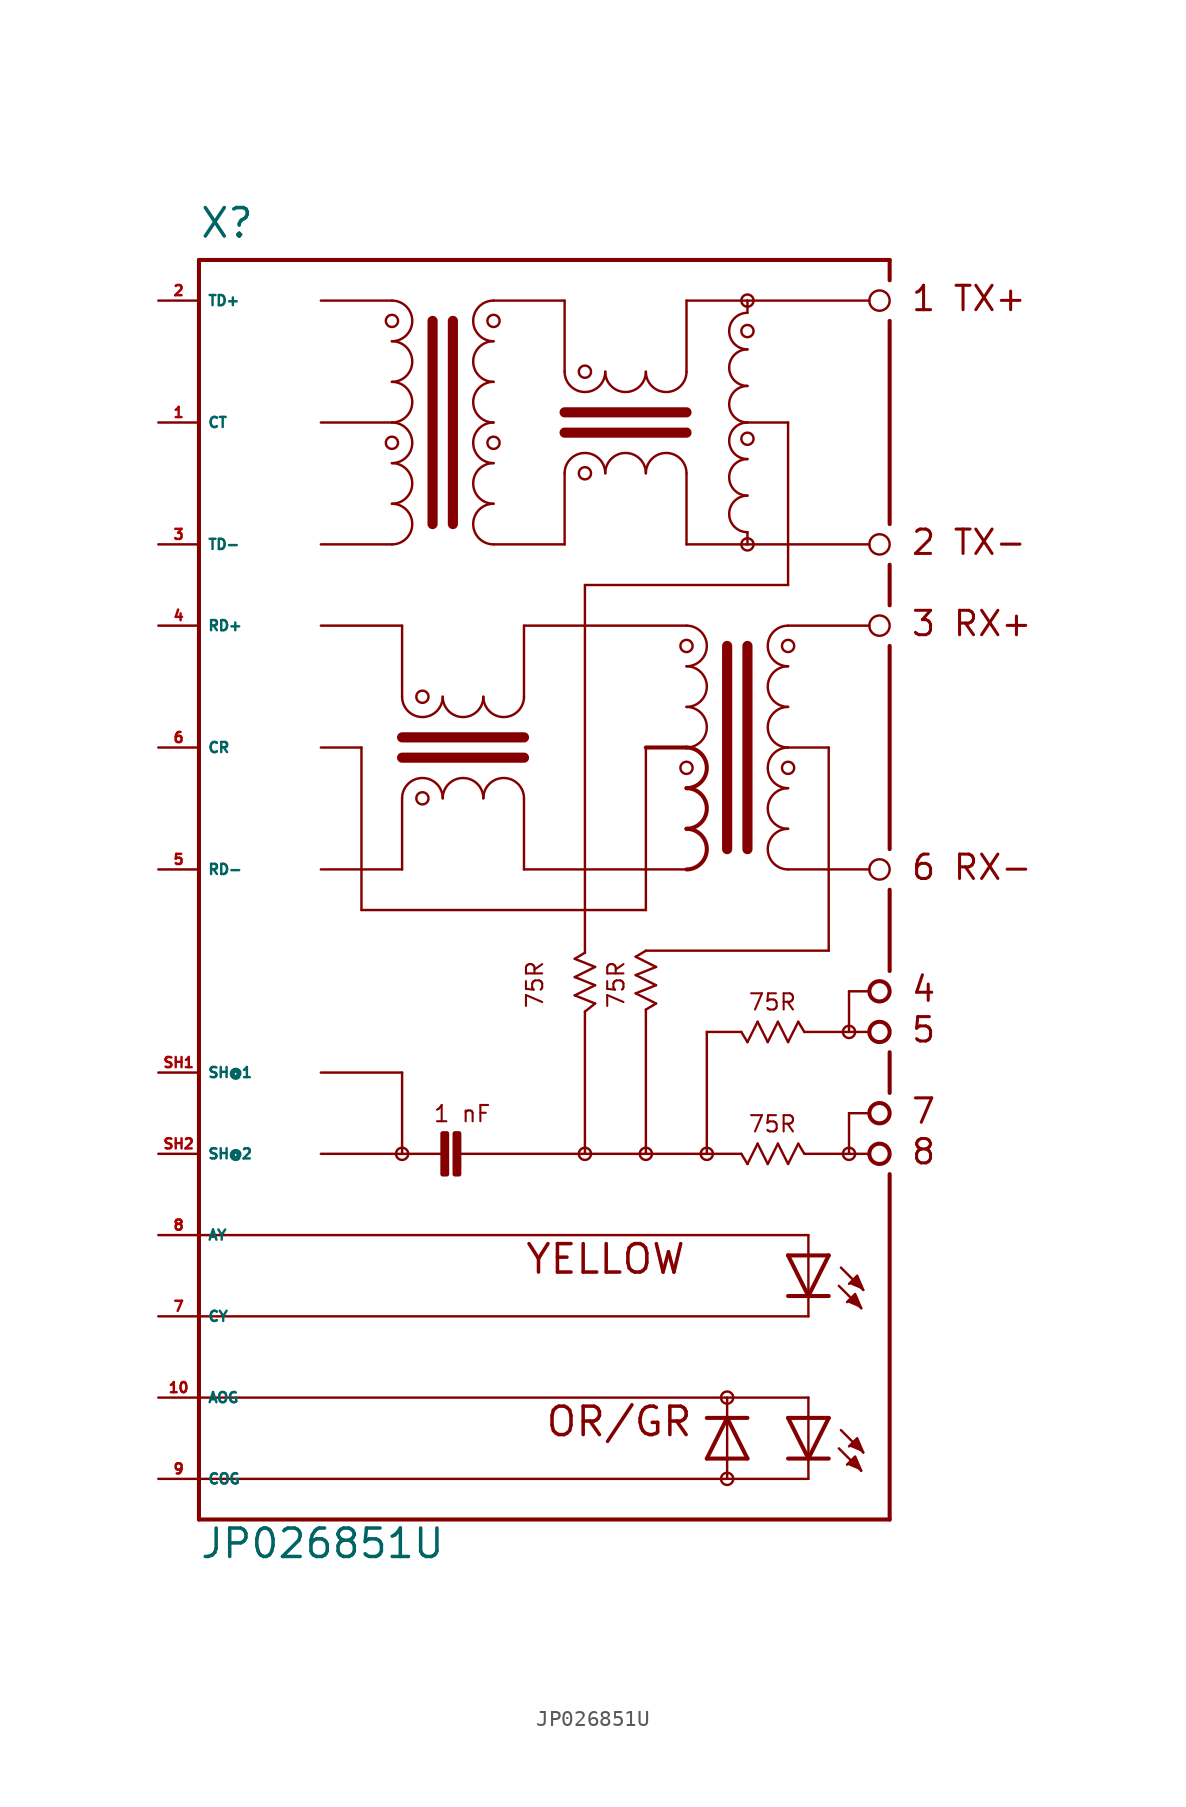
<source format=kicad_sym>
(kicad_symbol_lib
  (version 20220914)
  (generator Eagle2Kicad)
  (symbol "JP026851U"
    (property "Reference" "X"
      (at -20.32 21.59 0)
      (effects (font (size 1.778 1.778) (thickness 0.22)) (justify left bottom)))
    (property "Value" "JP026851U"
      (at -20.32 -60.96 0)
      (effects (font (size 1.778 1.778) (thickness 0.22)) (justify left bottom)))
    (polyline
      (pts (xy 21.209 -44.069) (xy 20.828 -43.18) (xy 20.32 -43.688))
      (stroke (width 0.152) (type default))
      (fill (type outline)))
    (polyline
      (pts (xy 21.082 -45.212) (xy 20.701 -44.323) (xy 20.193 -44.831))
      (stroke (width 0.152) (type default))
      (fill (type outline)))
    (polyline
      (pts (xy 21.209 -54.229) (xy 20.828 -53.34) (xy 20.32 -53.848))
      (stroke (width 0.152) (type default))
      (fill (type outline)))
    (polyline
      (pts (xy 21.082 -55.372) (xy 20.701 -54.483) (xy 20.193 -54.991))
      (stroke (width 0.152) (type default))
      (fill (type outline)))
    (polyline
      (pts (xy -12.7 2.54) (xy -8.255 2.54))
      (stroke (width 0.152) (type default))
      (fill (type none)))
    (polyline
      (pts (xy -12.7 10.16) (xy -8.255 10.16))
      (stroke (width 0.152) (type default))
      (fill (type none)))
    (polyline
      (pts (xy -12.7 17.78) (xy -8.255 17.78))
      (stroke (width 0.152) (type default))
      (fill (type none)))
    (arc
      (start -8.255 10.16)
      (mid -6.985 11.430)
      (end -8.255 12.7)
      (stroke (width 0.1524) (type default))
      (fill (type none)))
    (arc
      (start -8.255 12.7)
      (mid -6.985 13.970)
      (end -8.255 15.24)
      (stroke (width 0.1524) (type default))
      (fill (type none)))
    (arc
      (start -8.255 15.24)
      (mid -6.985 16.510)
      (end -8.255 17.78)
      (stroke (width 0.1524) (type default))
      (fill (type none)))
    (arc
      (start -8.255 7.62)
      (mid -6.985 8.890)
      (end -8.255 10.16)
      (stroke (width 0.1524) (type default))
      (fill (type none)))
    (arc
      (start -8.255 5.08)
      (mid -6.985 6.350)
      (end -8.255 7.62)
      (stroke (width 0.1524) (type default))
      (fill (type none)))
    (arc
      (start -8.255 2.54)
      (mid -6.985 3.810)
      (end -8.255 5.08)
      (stroke (width 0.1524) (type default))
      (fill (type none)))
    (polyline
      (pts (xy -5.715 16.51) (xy -5.715 3.81))
      (stroke (width 0.635) (type default))
      (fill (type none)))
    (polyline
      (pts (xy -4.445 16.51) (xy -4.445 3.81))
      (stroke (width 0.635) (type default))
      (fill (type none)))
    (arc
      (start -1.905 12.7)
      (mid -3.175 11.430)
      (end -1.905 10.16)
      (stroke (width 0.1524) (type default))
      (fill (type none)))
    (arc
      (start -1.905 15.24)
      (mid -3.175 13.970)
      (end -1.905 12.7)
      (stroke (width 0.1524) (type default))
      (fill (type none)))
    (arc
      (start -1.905 17.78)
      (mid -3.175 16.510)
      (end -1.905 15.24)
      (stroke (width 0.1524) (type default))
      (fill (type none)))
    (arc
      (start -1.905 10.16)
      (mid -3.175 8.890)
      (end -1.905 7.62)
      (stroke (width 0.1524) (type default))
      (fill (type none)))
    (arc
      (start -1.905 7.62)
      (mid -3.175 6.350)
      (end -1.905 5.08)
      (stroke (width 0.1524) (type default))
      (fill (type none)))
    (arc
      (start -1.905 5.08)
      (mid -3.175 3.810)
      (end -1.905 2.54)
      (stroke (width 0.1524) (type default))
      (fill (type none)))
    (arc
      (start 10.16 6.985)
      (mid 8.890 8.255)
      (end 7.62 6.985)
      (stroke (width 0.1524) (type default))
      (fill (type none)))
    (arc
      (start 7.62 6.985)
      (mid 6.350 8.255)
      (end 5.08 6.985)
      (stroke (width 0.1524) (type default))
      (fill (type none)))
    (arc
      (start 5.08 6.985)
      (mid 3.810 8.255)
      (end 2.54 6.985)
      (stroke (width 0.1524) (type default))
      (fill (type none)))
    (arc
      (start 7.62 13.335)
      (mid 8.890 12.065)
      (end 10.16 13.335)
      (stroke (width 0.1524) (type default))
      (fill (type none)))
    (arc
      (start 5.08 13.335)
      (mid 6.350 12.065)
      (end 7.62 13.335)
      (stroke (width 0.1524) (type default))
      (fill (type none)))
    (arc
      (start 2.54 13.335)
      (mid 3.810 12.065)
      (end 5.08 13.335)
      (stroke (width 0.1524) (type default))
      (fill (type none)))
    (polyline
      (pts (xy -1.905 17.78) (xy 2.54 17.78))
      (stroke (width 0.152) (type default))
      (fill (type none)))
    (polyline
      (pts (xy 2.54 17.78) (xy 2.54 13.335))
      (stroke (width 0.152) (type default))
      (fill (type none)))
    (polyline
      (pts (xy 2.54 2.54) (xy -1.905 2.54))
      (stroke (width 0.152) (type default))
      (fill (type none)))
    (polyline
      (pts (xy 2.54 2.54) (xy 2.54 6.985))
      (stroke (width 0.152) (type default))
      (fill (type none)))
    (polyline
      (pts (xy 10.16 13.335) (xy 10.16 17.78))
      (stroke (width 0.152) (type default))
      (fill (type none)))
    (polyline
      (pts (xy 10.16 17.78) (xy 13.97 17.78))
      (stroke (width 0.152) (type default))
      (fill (type none)))
    (polyline
      (pts (xy 13.97 17.78) (xy 21.59 17.78))
      (stroke (width 0.152) (type default))
      (fill (type none)))
    (polyline
      (pts (xy 10.16 6.985) (xy 10.16 2.54))
      (stroke (width 0.152) (type default))
      (fill (type none)))
    (polyline
      (pts (xy 10.16 2.54) (xy 13.97 2.54))
      (stroke (width 0.152) (type default))
      (fill (type none)))
    (polyline
      (pts (xy 13.97 2.54) (xy 21.59 2.54))
      (stroke (width 0.152) (type default))
      (fill (type none)))
    (polyline
      (pts (xy 2.54 9.525) (xy 10.16 9.525))
      (stroke (width 0.635) (type default))
      (fill (type none)))
    (polyline
      (pts (xy 2.54 10.795) (xy 10.16 10.795))
      (stroke (width 0.635) (type default))
      (fill (type none)))
    (polyline
      (pts (xy 21.59 -17.78) (xy 16.51 -17.78))
      (stroke (width 0.152) (type default))
      (fill (type none)))
    (polyline
      (pts (xy 19.05 -10.16) (xy 16.51 -10.16))
      (stroke (width 0.152) (type default))
      (fill (type none)))
    (polyline
      (pts (xy 21.59 -2.54) (xy 16.51 -2.54))
      (stroke (width 0.152) (type default))
      (fill (type none)))
    (arc
      (start 16.51 -7.62)
      (mid 15.240 -8.890)
      (end 16.51 -10.16)
      (stroke (width 0.1524) (type default))
      (fill (type none)))
    (arc
      (start 16.51 -5.08)
      (mid 15.240 -6.350)
      (end 16.51 -7.62)
      (stroke (width 0.1524) (type default))
      (fill (type none)))
    (arc
      (start 16.51 -2.54)
      (mid 15.240 -3.810)
      (end 16.51 -5.08)
      (stroke (width 0.1524) (type default))
      (fill (type none)))
    (arc
      (start 16.51 -10.16)
      (mid 15.240 -11.430)
      (end 16.51 -12.7)
      (stroke (width 0.1524) (type default))
      (fill (type none)))
    (arc
      (start 16.51 -12.7)
      (mid 15.240 -13.970)
      (end 16.51 -15.24)
      (stroke (width 0.1524) (type default))
      (fill (type none)))
    (arc
      (start 16.51 -15.24)
      (mid 15.240 -16.510)
      (end 16.51 -17.78)
      (stroke (width 0.1524) (type default))
      (fill (type none)))
    (polyline
      (pts (xy 13.97 -3.81) (xy 13.97 -16.51))
      (stroke (width 0.635) (type default))
      (fill (type none)))
    (polyline
      (pts (xy 12.7 -3.81) (xy 12.7 -16.51))
      (stroke (width 0.635) (type default))
      (fill (type none)))
    (arc
      (start 10.16 -10.16)
      (mid 11.430 -8.890)
      (end 10.16 -7.62)
      (stroke (width 0.1524) (type default))
      (fill (type none)))
    (arc
      (start 10.16 -7.62)
      (mid 11.430 -6.350)
      (end 10.16 -5.08)
      (stroke (width 0.1524) (type default))
      (fill (type none)))
    (arc
      (start 10.16 -5.08)
      (mid 11.430 -3.810)
      (end 10.16 -2.54)
      (stroke (width 0.1524) (type default))
      (fill (type none)))
    (arc
      (start 10.16 -12.7)
      (mid 11.430 -11.430)
      (end 10.16 -10.16)
      (stroke (width 0.254) (type default))
      (fill (type none)))
    (arc
      (start 10.16 -15.24)
      (mid 11.430 -13.970)
      (end 10.16 -12.7)
      (stroke (width 0.254) (type default))
      (fill (type none)))
    (arc
      (start 10.16 -17.78)
      (mid 11.430 -16.510)
      (end 10.16 -15.24)
      (stroke (width 0.254) (type default))
      (fill (type none)))
    (arc
      (start -5.08 -13.335)
      (mid -6.350 -12.065)
      (end -7.62 -13.335)
      (stroke (width 0.1524) (type default))
      (fill (type none)))
    (arc
      (start -2.54 -13.335)
      (mid -3.810 -12.065)
      (end -5.08 -13.335)
      (stroke (width 0.1524) (type default))
      (fill (type none)))
    (arc
      (start 0 -13.335)
      (mid -1.270 -12.065)
      (end -2.54 -13.335)
      (stroke (width 0.1524) (type default))
      (fill (type none)))
    (arc
      (start -7.62 -6.985)
      (mid -6.350 -8.255)
      (end -5.08 -6.985)
      (stroke (width 0.1524) (type default))
      (fill (type none)))
    (arc
      (start -5.08 -6.985)
      (mid -3.810 -8.255)
      (end -2.54 -6.985)
      (stroke (width 0.1524) (type default))
      (fill (type none)))
    (arc
      (start -2.54 -6.985)
      (mid -1.270 -8.255)
      (end 0 -6.985)
      (stroke (width 0.1524) (type default))
      (fill (type none)))
    (polyline
      (pts (xy 10.16 -2.54) (xy 0 -2.54))
      (stroke (width 0.152) (type default))
      (fill (type none)))
    (polyline
      (pts (xy 0 -2.54) (xy 0 -6.985))
      (stroke (width 0.152) (type default))
      (fill (type none)))
    (polyline
      (pts (xy 0 -17.78) (xy 10.16 -17.78))
      (stroke (width 0.152) (type default))
      (fill (type none)))
    (polyline
      (pts (xy 0 -17.78) (xy 0 -13.335))
      (stroke (width 0.152) (type default))
      (fill (type none)))
    (polyline
      (pts (xy -7.62 -6.985) (xy -7.62 -2.54))
      (stroke (width 0.152) (type default))
      (fill (type none)))
    (polyline
      (pts (xy -7.62 -2.54) (xy -12.7 -2.54))
      (stroke (width 0.152) (type default))
      (fill (type none)))
    (polyline
      (pts (xy -7.62 -13.335) (xy -7.62 -17.78))
      (stroke (width 0.152) (type default))
      (fill (type none)))
    (polyline
      (pts (xy -7.62 -17.78) (xy -12.7 -17.78))
      (stroke (width 0.152) (type default))
      (fill (type none)))
    (polyline
      (pts (xy 0 -10.795) (xy -7.62 -10.795))
      (stroke (width 0.635) (type default))
      (fill (type none)))
    (polyline
      (pts (xy 0 -9.525) (xy -7.62 -9.525))
      (stroke (width 0.635) (type default))
      (fill (type none)))
    (polyline
      (pts (xy 21.59 -25.4) (xy 20.32 -25.4))
      (stroke (width 0.152) (type default))
      (fill (type none)))
    (polyline
      (pts (xy 20.32 -25.4) (xy 20.32 -27.94))
      (stroke (width 0.152) (type default))
      (fill (type none)))
    (polyline
      (pts (xy 20.32 -27.94) (xy 21.59 -27.94))
      (stroke (width 0.152) (type default))
      (fill (type none)))
    (polyline
      (pts (xy 21.59 -33.02) (xy 20.32 -33.02))
      (stroke (width 0.152) (type default))
      (fill (type none)))
    (polyline
      (pts (xy 20.32 -33.02) (xy 20.32 -35.56))
      (stroke (width 0.152) (type default))
      (fill (type none)))
    (polyline
      (pts (xy 20.32 -35.56) (xy 21.59 -35.56))
      (stroke (width 0.152) (type default))
      (fill (type none)))
    (polyline
      (pts (xy 20.32 -27.94) (xy 17.526 -27.94))
      (stroke (width 0.152) (type default))
      (fill (type none)))
    (polyline
      (pts (xy 17.526 -35.56) (xy 20.32 -35.56))
      (stroke (width 0.152) (type default))
      (fill (type none)))
    (polyline
      (pts (xy -20.32 20.32) (xy -20.32 -45.72))
      (stroke (width 0.254) (type default))
      (fill (type none)))
    (polyline
      (pts (xy -20.32 -45.72) (xy -20.32 -55.88))
      (stroke (width 0.254) (type default))
      (fill (type none)))
    (polyline
      (pts (xy -20.32 -55.88) (xy -20.32 -58.42))
      (stroke (width 0.254) (type default))
      (fill (type none)))
    (polyline
      (pts (xy -20.32 -58.42) (xy 22.86 -58.42))
      (stroke (width 0.254) (type default))
      (fill (type none)))
    (polyline
      (pts (xy -20.32 20.32) (xy 22.86 20.32))
      (stroke (width 0.254) (type default))
      (fill (type none)))
    (polyline
      (pts (xy 22.86 20.32) (xy 22.86 19.05))
      (stroke (width 0.254) (type default))
      (fill (type none)))
    (polyline
      (pts (xy 22.86 -58.42) (xy 22.86 -36.83))
      (stroke (width 0.254) (type default))
      (fill (type none)))
    (polyline
      (pts (xy 22.86 -31.75) (xy 22.86 -29.21))
      (stroke (width 0.254) (type default))
      (fill (type none)))
    (polyline
      (pts (xy 22.86 -24.13) (xy 22.86 -19.05))
      (stroke (width 0.254) (type default))
      (fill (type none)))
    (polyline
      (pts (xy 22.86 -16.51) (xy 22.86 -3.81))
      (stroke (width 0.254) (type default))
      (fill (type none)))
    (polyline
      (pts (xy 22.86 -1.27) (xy 22.86 1.27))
      (stroke (width 0.254) (type default))
      (fill (type none)))
    (polyline
      (pts (xy 22.86 3.81) (xy 22.86 16.51))
      (stroke (width 0.254) (type default))
      (fill (type none)))
    (polyline
      (pts (xy 3.81 0) (xy 3.81 -22.987))
      (stroke (width 0.152) (type default))
      (fill (type none)))
    (polyline
      (pts (xy 19.05 -10.16) (xy 19.05 -22.86))
      (stroke (width 0.152) (type default))
      (fill (type none)))
    (polyline
      (pts (xy 19.05 -22.86) (xy 7.62 -22.86))
      (stroke (width 0.152) (type default))
      (fill (type none)))
    (polyline
      (pts (xy 7.62 -22.86) (xy 6.985 -23.241))
      (stroke (width 0.152) (type default))
      (fill (type none)))
    (polyline
      (pts (xy 6.985 -23.241) (xy 8.255 -23.876))
      (stroke (width 0.152) (type default))
      (fill (type none)))
    (polyline
      (pts (xy 8.255 -23.876) (xy 6.985 -24.384))
      (stroke (width 0.152) (type default))
      (fill (type none)))
    (polyline
      (pts (xy 6.985 -24.384) (xy 8.255 -25.019))
      (stroke (width 0.152) (type default))
      (fill (type none)))
    (polyline
      (pts (xy 8.255 -25.019) (xy 6.985 -25.527))
      (stroke (width 0.152) (type default))
      (fill (type none)))
    (polyline
      (pts (xy 6.985 -25.527) (xy 8.255 -26.162))
      (stroke (width 0.152) (type default))
      (fill (type none)))
    (polyline
      (pts (xy 8.255 -26.162) (xy 7.62 -26.543))
      (stroke (width 0.152) (type default))
      (fill (type none)))
    (polyline
      (pts (xy 3.81 -22.987) (xy 3.175 -23.368))
      (stroke (width 0.152) (type default))
      (fill (type none)))
    (polyline
      (pts (xy 3.175 -23.368) (xy 4.445 -23.876))
      (stroke (width 0.152) (type default))
      (fill (type none)))
    (polyline
      (pts (xy 4.445 -23.876) (xy 3.175 -24.511))
      (stroke (width 0.152) (type default))
      (fill (type none)))
    (polyline
      (pts (xy 3.175 -24.511) (xy 4.445 -25.019))
      (stroke (width 0.152) (type default))
      (fill (type none)))
    (polyline
      (pts (xy 4.445 -25.019) (xy 3.175 -25.654))
      (stroke (width 0.152) (type default))
      (fill (type none)))
    (polyline
      (pts (xy 3.175 -25.654) (xy 4.445 -26.162))
      (stroke (width 0.152) (type default))
      (fill (type none)))
    (polyline
      (pts (xy 4.445 -26.162) (xy 3.81 -26.67))
      (stroke (width 0.152) (type default))
      (fill (type none)))
    (polyline
      (pts (xy 13.589 -27.94) (xy 13.97 -28.575))
      (stroke (width 0.152) (type default))
      (fill (type none)))
    (polyline
      (pts (xy 13.97 -28.575) (xy 14.605 -27.305))
      (stroke (width 0.152) (type default))
      (fill (type none)))
    (polyline
      (pts (xy 14.605 -27.305) (xy 15.24 -28.575))
      (stroke (width 0.152) (type default))
      (fill (type none)))
    (polyline
      (pts (xy 15.24 -28.575) (xy 15.875 -27.305))
      (stroke (width 0.152) (type default))
      (fill (type none)))
    (polyline
      (pts (xy 15.875 -27.305) (xy 16.51 -28.575))
      (stroke (width 0.152) (type default))
      (fill (type none)))
    (polyline
      (pts (xy 16.51 -28.575) (xy 17.145 -27.305))
      (stroke (width 0.152) (type default))
      (fill (type none)))
    (polyline
      (pts (xy 17.145 -27.305) (xy 17.526 -27.94))
      (stroke (width 0.152) (type default))
      (fill (type none)))
    (polyline
      (pts (xy 13.589 -35.56) (xy 13.97 -36.195))
      (stroke (width 0.152) (type default))
      (fill (type none)))
    (polyline
      (pts (xy 13.97 -36.195) (xy 14.605 -34.925))
      (stroke (width 0.152) (type default))
      (fill (type none)))
    (polyline
      (pts (xy 14.605 -34.925) (xy 15.24 -36.195))
      (stroke (width 0.152) (type default))
      (fill (type none)))
    (polyline
      (pts (xy 15.24 -36.195) (xy 15.875 -34.925))
      (stroke (width 0.152) (type default))
      (fill (type none)))
    (polyline
      (pts (xy 15.875 -34.925) (xy 16.51 -36.195))
      (stroke (width 0.152) (type default))
      (fill (type none)))
    (polyline
      (pts (xy 16.51 -36.195) (xy 17.145 -34.925))
      (stroke (width 0.152) (type default))
      (fill (type none)))
    (polyline
      (pts (xy 17.145 -34.925) (xy 17.526 -35.56))
      (stroke (width 0.152) (type default))
      (fill (type none)))
    (polyline
      (pts (xy -12.7 -35.56) (xy -7.62 -35.56))
      (stroke (width 0.152) (type default))
      (fill (type none)))
    (polyline
      (pts (xy -7.62 -35.56) (xy -5.08 -35.56))
      (stroke (width 0.152) (type default))
      (fill (type none)))
    (polyline
      (pts (xy -4.064 -35.56) (xy 3.81 -35.56))
      (stroke (width 0.152) (type default))
      (fill (type none)))
    (polyline
      (pts (xy 3.81 -35.56) (xy 7.62 -35.56))
      (stroke (width 0.152) (type default))
      (fill (type none)))
    (polyline
      (pts (xy 7.62 -35.56) (xy 11.43 -35.56))
      (stroke (width 0.152) (type default))
      (fill (type none)))
    (polyline
      (pts (xy 11.43 -35.56) (xy 13.589 -35.56))
      (stroke (width 0.152) (type default))
      (fill (type none)))
    (polyline
      (pts (xy 13.589 -27.94) (xy 11.43 -27.94))
      (stroke (width 0.152) (type default))
      (fill (type none)))
    (polyline
      (pts (xy 11.43 -27.94) (xy 11.43 -35.56))
      (stroke (width 0.152) (type default))
      (fill (type none)))
    (polyline
      (pts (xy 3.81 -26.67) (xy 3.81 -35.56))
      (stroke (width 0.152) (type default))
      (fill (type none)))
    (polyline
      (pts (xy 7.62 -26.543) (xy 7.62 -35.56))
      (stroke (width 0.152) (type default))
      (fill (type none)))
    (polyline
      (pts (xy -12.7 -10.16) (xy -10.16 -10.16))
      (stroke (width 0.152) (type default))
      (fill (type none)))
    (polyline
      (pts (xy -10.16 -10.16) (xy -10.16 -20.32))
      (stroke (width 0.152) (type default))
      (fill (type none)))
    (polyline
      (pts (xy -10.16 -20.32) (xy 7.62 -20.32))
      (stroke (width 0.152) (type default))
      (fill (type none)))
    (polyline
      (pts (xy 7.62 -20.32) (xy 7.62 -10.16))
      (stroke (width 0.152) (type default))
      (fill (type none)))
    (polyline
      (pts (xy 7.62 -10.16) (xy 10.16 -10.16))
      (stroke (width 0.254) (type default))
      (fill (type none)))
    (polyline
      (pts (xy -12.7 -30.48) (xy -7.62 -30.48))
      (stroke (width 0.152) (type default))
      (fill (type none)))
    (polyline
      (pts (xy -7.62 -30.48) (xy -7.62 -35.56))
      (stroke (width 0.152) (type default))
      (fill (type none)))
    (arc
      (start 13.97 12.446)
      (mid 12.827 11.303)
      (end 13.97 10.16)
      (stroke (width 0.1524) (type default))
      (fill (type none)))
    (arc
      (start 13.97 14.732)
      (mid 12.827 13.589)
      (end 13.97 12.446)
      (stroke (width 0.1524) (type default))
      (fill (type none)))
    (arc
      (start 13.97 10.16)
      (mid 12.827 9.017)
      (end 13.97 7.874)
      (stroke (width 0.1524) (type default))
      (fill (type none)))
    (arc
      (start 13.97 7.874)
      (mid 12.827 6.731)
      (end 13.97 5.588)
      (stroke (width 0.1524) (type default))
      (fill (type none)))
    (arc
      (start 13.97 5.588)
      (mid 12.827 4.445)
      (end 13.97 3.302)
      (stroke (width 0.1524) (type default))
      (fill (type none)))
    (arc
      (start 13.97 17.018)
      (mid 12.827 15.875)
      (end 13.97 14.732)
      (stroke (width 0.1524) (type default))
      (fill (type none)))
    (polyline
      (pts (xy 13.97 17.78) (xy 13.97 17.018))
      (stroke (width 0.152) (type default))
      (fill (type none)))
    (polyline
      (pts (xy 13.97 2.54) (xy 13.97 3.302))
      (stroke (width 0.152) (type default))
      (fill (type none)))
    (polyline
      (pts (xy 3.81 0) (xy 16.51 0))
      (stroke (width 0.152) (type default))
      (fill (type none)))
    (polyline
      (pts (xy 16.51 0) (xy 16.51 10.16))
      (stroke (width 0.152) (type default))
      (fill (type none)))
    (polyline
      (pts (xy 16.51 10.16) (xy 13.97 10.16))
      (stroke (width 0.152) (type default))
      (fill (type none)))
    (polyline
      (pts (xy 19.05 -41.91) (xy 17.78 -44.45))
      (stroke (width 0.254) (type default))
      (fill (type none)))
    (polyline
      (pts (xy 17.78 -44.45) (xy 16.51 -41.91))
      (stroke (width 0.254) (type default))
      (fill (type none)))
    (polyline
      (pts (xy 19.05 -44.45) (xy 17.78 -44.45))
      (stroke (width 0.254) (type default))
      (fill (type none)))
    (polyline
      (pts (xy 17.78 -44.45) (xy 16.51 -44.45))
      (stroke (width 0.254) (type default))
      (fill (type none)))
    (polyline
      (pts (xy 19.05 -41.91) (xy 17.78 -41.91))
      (stroke (width 0.254) (type default))
      (fill (type none)))
    (polyline
      (pts (xy 17.78 -41.91) (xy 16.51 -41.91))
      (stroke (width 0.254) (type default))
      (fill (type none)))
    (polyline
      (pts (xy 17.78 -41.91) (xy 17.78 -44.45))
      (stroke (width 0.152) (type default))
      (fill (type none)))
    (polyline
      (pts (xy 19.812 -42.672) (xy 21.209 -44.069))
      (stroke (width 0.152) (type default))
      (fill (type none)))
    (polyline
      (pts (xy 19.685 -43.815) (xy 21.082 -45.212))
      (stroke (width 0.152) (type default))
      (fill (type none)))
    (polyline
      (pts (xy 17.78 -45.72) (xy 17.78 -44.45))
      (stroke (width 0.152) (type default))
      (fill (type none)))
    (polyline
      (pts (xy -20.32 -40.64) (xy 17.78 -40.64))
      (stroke (width 0.152) (type default))
      (fill (type none)))
    (polyline
      (pts (xy 17.78 -40.64) (xy 17.78 -41.91))
      (stroke (width 0.152) (type default))
      (fill (type none)))
    (polyline
      (pts (xy -20.32 -45.72) (xy 17.78 -45.72))
      (stroke (width 0.152) (type default))
      (fill (type none)))
    (polyline
      (pts (xy 19.05 -52.07) (xy 17.78 -54.61))
      (stroke (width 0.254) (type default))
      (fill (type none)))
    (polyline
      (pts (xy 17.78 -54.61) (xy 16.51 -52.07))
      (stroke (width 0.254) (type default))
      (fill (type none)))
    (polyline
      (pts (xy 19.05 -54.61) (xy 17.78 -54.61))
      (stroke (width 0.254) (type default))
      (fill (type none)))
    (polyline
      (pts (xy 17.78 -54.61) (xy 16.51 -54.61))
      (stroke (width 0.254) (type default))
      (fill (type none)))
    (polyline
      (pts (xy 19.05 -52.07) (xy 17.78 -52.07))
      (stroke (width 0.254) (type default))
      (fill (type none)))
    (polyline
      (pts (xy 17.78 -52.07) (xy 16.51 -52.07))
      (stroke (width 0.254) (type default))
      (fill (type none)))
    (polyline
      (pts (xy 17.78 -52.07) (xy 17.78 -54.61))
      (stroke (width 0.152) (type default))
      (fill (type none)))
    (polyline
      (pts (xy 19.812 -52.832) (xy 21.209 -54.229))
      (stroke (width 0.152) (type default))
      (fill (type none)))
    (polyline
      (pts (xy 19.685 -53.975) (xy 21.082 -55.372))
      (stroke (width 0.152) (type default))
      (fill (type none)))
    (polyline
      (pts (xy 17.78 -55.88) (xy 17.78 -54.61))
      (stroke (width 0.152) (type default))
      (fill (type none)))
    (polyline
      (pts (xy -20.32 -50.8) (xy 17.78 -50.8))
      (stroke (width 0.152) (type default))
      (fill (type none)))
    (polyline
      (pts (xy 17.78 -50.8) (xy 17.78 -52.07))
      (stroke (width 0.152) (type default))
      (fill (type none)))
    (polyline
      (pts (xy -20.32 -55.88) (xy 17.78 -55.88))
      (stroke (width 0.152) (type default))
      (fill (type none)))
    (polyline
      (pts (xy 11.43 -54.61) (xy 12.7 -52.07))
      (stroke (width 0.254) (type default))
      (fill (type none)))
    (polyline
      (pts (xy 12.7 -52.07) (xy 13.97 -54.61))
      (stroke (width 0.254) (type default))
      (fill (type none)))
    (polyline
      (pts (xy 11.43 -52.07) (xy 12.7 -52.07))
      (stroke (width 0.254) (type default))
      (fill (type none)))
    (polyline
      (pts (xy 12.7 -52.07) (xy 13.97 -52.07))
      (stroke (width 0.254) (type default))
      (fill (type none)))
    (polyline
      (pts (xy 11.43 -54.61) (xy 12.7 -54.61))
      (stroke (width 0.254) (type default))
      (fill (type none)))
    (polyline
      (pts (xy 12.7 -54.61) (xy 13.97 -54.61))
      (stroke (width 0.254) (type default))
      (fill (type none)))
    (polyline
      (pts (xy 12.7 -54.61) (xy 12.7 -52.07))
      (stroke (width 0.152) (type default))
      (fill (type none)))
    (polyline
      (pts (xy 12.7 -50.8) (xy 12.7 -52.07))
      (stroke (width 0.152) (type default))
      (fill (type none)))
    (polyline
      (pts (xy 12.7 -55.88) (xy 12.7 -54.61))
      (stroke (width 0.152) (type default))
      (fill (type none)))
    (text "1 TX+"
      (at 24.13 17.018 0)
      (effects (font (size 1.524 1.524) (thickness 0.19)) (justify left bottom)))
    (text "2 TX-"
      (at 24.13 1.778 0)
      (effects (font (size 1.524 1.524) (thickness 0.19)) (justify left bottom)))
    (text "3 RX+"
      (at 24.13 -3.302 0)
      (effects (font (size 1.524 1.524) (thickness 0.19)) (justify left bottom)))
    (text "6 RX-"
      (at 24.13 -18.542 0)
      (effects (font (size 1.524 1.524) (thickness 0.19)) (justify left bottom)))
    (text "4"
      (at 24.13 -26.162 0)
      (effects (font (size 1.524 1.524) (thickness 0.19)) (justify left bottom)))
    (text "5"
      (at 24.13 -28.702 0)
      (effects (font (size 1.524 1.524) (thickness 0.19)) (justify left bottom)))
    (text "7"
      (at 24.13 -33.782 0)
      (effects (font (size 1.524 1.524) (thickness 0.19)) (justify left bottom)))
    (text "8"
      (at 24.13 -36.322 0)
      (effects (font (size 1.524 1.524) (thickness 0.19)) (justify left bottom)))
    (text "75R"
      (at 6.35 -26.543 900)
      (effects (font (size 1.016 1.016) (thickness 0.13)) (justify left bottom)))
    (text "75R"
      (at 1.27 -26.543 900)
      (effects (font (size 1.016 1.016) (thickness 0.13)) (justify left bottom mirror)))
    (text "75R"
      (at 13.97 -26.67 0)
      (effects (font (size 1.016 1.016) (thickness 0.13)) (justify left bottom mirror)))
    (text "75R"
      (at 13.97 -34.29 0)
      (effects (font (size 1.016 1.016) (thickness 0.13)) (justify left bottom)))
    (text "1 nF"
      (at -5.715 -33.655 0)
      (effects (font (size 1.016 1.016) (thickness 0.13)) (justify left bottom)))
    (text "YELLOW"
      (at 0 -43.18 0)
      (effects (font (size 1.778 1.778) (thickness 0.22)) (justify left bottom)))
    (text "OR/GR"
      (at 1.27 -53.34 0)
      (effects (font (size 1.778 1.778) (thickness 0.22)) (justify left bottom)))
    (circle
      (center -8.255 16.51)
      (radius 0.381)
      (stroke (width 0) (type default))
      (fill (type none)))
    (circle
      (center -8.255 8.89)
      (radius 0.381)
      (stroke (width 0) (type default))
      (fill (type none)))
    (circle
      (center -1.905 16.51)
      (radius 0.381)
      (stroke (width 0) (type default))
      (fill (type none)))
    (circle
      (center -1.905 8.89)
      (radius 0.381)
      (stroke (width 0) (type default))
      (fill (type none)))
    (circle
      (center 3.81 6.985)
      (radius 0.381)
      (stroke (width 0) (type default))
      (fill (type none)))
    (circle
      (center 3.81 13.335)
      (radius 0.381)
      (stroke (width 0) (type default))
      (fill (type none)))
    (circle
      (center 16.51 -3.81)
      (radius 0.381)
      (stroke (width 0) (type default))
      (fill (type none)))
    (circle
      (center 16.51 -11.43)
      (radius 0.381)
      (stroke (width 0) (type default))
      (fill (type none)))
    (circle
      (center 10.16 -3.81)
      (radius 0.381)
      (stroke (width 0) (type default))
      (fill (type none)))
    (circle
      (center 10.16 -11.43)
      (radius 0.381)
      (stroke (width 0) (type default))
      (fill (type none)))
    (circle
      (center -6.35 -13.335)
      (radius 0.381)
      (stroke (width 0) (type default))
      (fill (type none)))
    (circle
      (center -6.35 -6.985)
      (radius 0.381)
      (stroke (width 0) (type default))
      (fill (type none)))
    (circle
      (center 22.225 17.78)
      (radius 0.635)
      (stroke (width 0.152) (type default))
      (fill (type none)))
    (circle
      (center 22.225 2.54)
      (radius 0.635)
      (stroke (width 0.152) (type default))
      (fill (type none)))
    (circle
      (center 22.225 -2.54)
      (radius 0.635)
      (stroke (width 0.152) (type default))
      (fill (type none)))
    (circle
      (center 22.225 -17.78)
      (radius 0.635)
      (stroke (width 0.152) (type default))
      (fill (type none)))
    (circle
      (center 22.225 -25.4)
      (radius 0.635)
      (stroke (width 0.254) (type default))
      (fill (type none)))
    (circle
      (center 22.225 -27.94)
      (radius 0.635)
      (stroke (width 0.254) (type default))
      (fill (type none)))
    (circle
      (center 22.225 -33.02)
      (radius 0.635)
      (stroke (width 0.254) (type default))
      (fill (type none)))
    (circle
      (center 22.225 -35.56)
      (radius 0.635)
      (stroke (width 0.254) (type default))
      (fill (type none)))
    (circle
      (center 7.62 -35.56)
      (radius 0.381)
      (stroke (width 0) (type default))
      (fill (type none)))
    (circle
      (center 3.81 -35.56)
      (radius 0.381)
      (stroke (width 0) (type default))
      (fill (type none)))
    (circle
      (center 11.43 -35.56)
      (radius 0.381)
      (stroke (width 0) (type default))
      (fill (type none)))
    (circle
      (center 20.32 -35.56)
      (radius 0.381)
      (stroke (width 0) (type default))
      (fill (type none)))
    (circle
      (center 20.32 -27.94)
      (radius 0.381)
      (stroke (width 0) (type default))
      (fill (type none)))
    (circle
      (center -7.62 -35.56)
      (radius 0.381)
      (stroke (width 0) (type default))
      (fill (type none)))
    (circle
      (center 13.97 15.875)
      (radius 0.381)
      (stroke (width 0) (type default))
      (fill (type none)))
    (circle
      (center 13.97 9.144)
      (radius 0.381)
      (stroke (width 0) (type default))
      (fill (type none)))
    (circle
      (center 13.97 17.78)
      (radius 0.381)
      (stroke (width 0) (type default))
      (fill (type none)))
    (circle
      (center 13.97 2.54)
      (radius 0.381)
      (stroke (width 0) (type default))
      (fill (type none)))
    (circle
      (center 12.7 -50.8)
      (radius 0.381)
      (stroke (width 0) (type default))
      (fill (type none)))
    (circle
      (center 12.7 -55.88)
      (radius 0.381)
      (stroke (width 0) (type default))
      (fill (type none)))
    (rectangle
      (start -5.08 -36.83)
      (end -4.826 -34.29)
      (stroke (width 0.3) (type default))
      (fill (type outline)))
    (rectangle
      (start -4.318 -36.83)
      (end -4.064 -34.29)
      (stroke (width 0.3) (type default))
      (fill (type outline)))
    (pin input line
      (at -22.86 17.78 0)
      (length 2.54)
      (name "TD+" (effects (font (size 0.635 0.635) (thickness 0.08)) (justify left bottom)))
      (number "2" (effects (font (size 0.635 0.635) (thickness 0.08)) (justify left bottom))))
    (pin input line
      (at -22.86 10.16 0)
      (length 2.54)
      (name "CT" (effects (font (size 0.635 0.635) (thickness 0.08)) (justify left bottom)))
      (number "1" (effects (font (size 0.635 0.635) (thickness 0.08)) (justify left bottom))))
    (pin input line
      (at -22.86 2.54 0)
      (length 2.54)
      (name "TD-" (effects (font (size 0.635 0.635) (thickness 0.08)) (justify left bottom)))
      (number "3" (effects (font (size 0.635 0.635) (thickness 0.08)) (justify left bottom))))
    (pin input line
      (at -22.86 -2.54 0)
      (length 2.54)
      (name "RD+" (effects (font (size 0.635 0.635) (thickness 0.08)) (justify left bottom)))
      (number "4" (effects (font (size 0.635 0.635) (thickness 0.08)) (justify left bottom))))
    (pin input line
      (at -22.86 -10.16 0)
      (length 2.54)
      (name "CR" (effects (font (size 0.635 0.635) (thickness 0.08)) (justify left bottom)))
      (number "6" (effects (font (size 0.635 0.635) (thickness 0.08)) (justify left bottom))))
    (pin input line
      (at -22.86 -17.78 0)
      (length 2.54)
      (name "RD-" (effects (font (size 0.635 0.635) (thickness 0.08)) (justify left bottom)))
      (number "5" (effects (font (size 0.635 0.635) (thickness 0.08)) (justify left bottom))))
    (pin input line
      (at -22.86 -35.56 0)
      (length 2.54)
      (name "SH@2" (effects (font (size 0.635 0.635) (thickness 0.08)) (justify left bottom)))
      (number "SH2" (effects (font (size 0.635 0.635) (thickness 0.08)) (justify left bottom))))
    (pin input line
      (at -22.86 -30.48 0)
      (length 2.54)
      (name "SH@1" (effects (font (size 0.635 0.635) (thickness 0.08)) (justify left bottom)))
      (number "SH1" (effects (font (size 0.635 0.635) (thickness 0.08)) (justify left bottom))))
    (pin passive line
      (at -22.86 -45.72 0)
      (length 2.54)
      (name "CY" (effects (font (size 0.635 0.635) (thickness 0.08)) (justify left bottom)))
      (number "7" (effects (font (size 0.635 0.635) (thickness 0.08)) (justify left bottom))))
    (pin passive line
      (at -22.86 -40.64 0)
      (length 2.54)
      (name "AY" (effects (font (size 0.635 0.635) (thickness 0.08)) (justify left bottom)))
      (number "8" (effects (font (size 0.635 0.635) (thickness 0.08)) (justify left bottom))))
    (pin passive line
      (at -22.86 -55.88 0)
      (length 2.54)
      (name "COG" (effects (font (size 0.635 0.635) (thickness 0.08)) (justify left bottom)))
      (number "9" (effects (font (size 0.635 0.635) (thickness 0.08)) (justify left bottom))))
    (pin passive line
      (at -22.86 -50.8 0)
      (length 2.54)
      (name "AOG" (effects (font (size 0.635 0.635) (thickness 0.08)) (justify left bottom)))
      (number "10" (effects (font (size 0.635 0.635) (thickness 0.08)) (justify left bottom))))))
</source>
